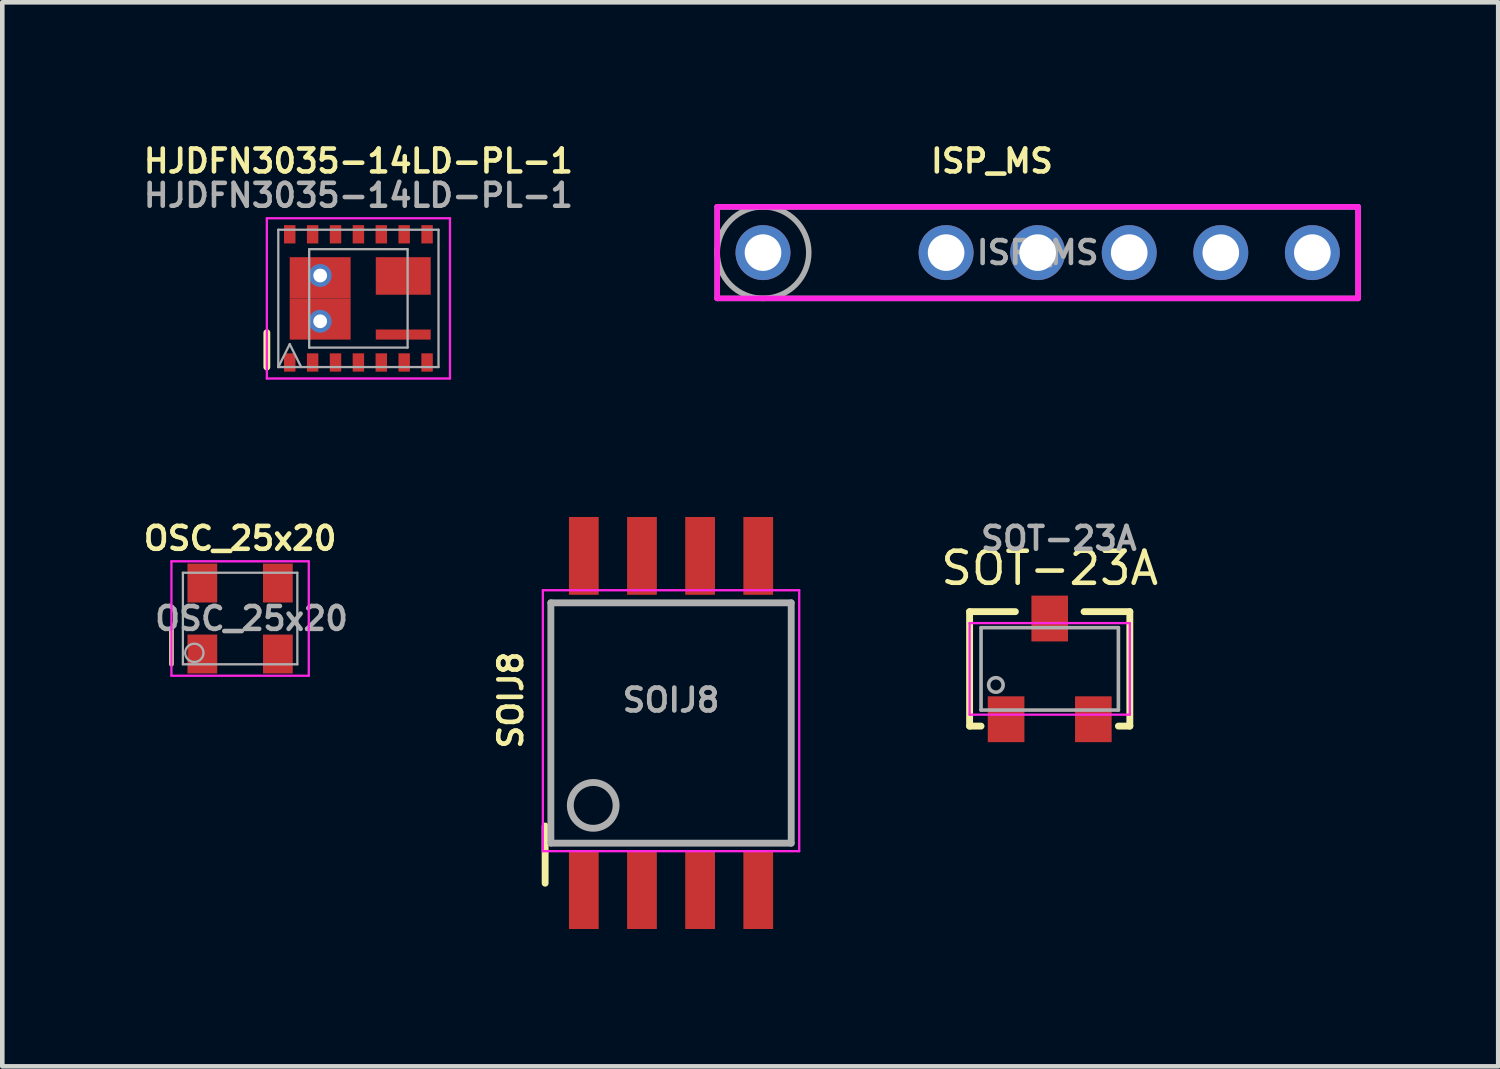
<source format=kicad_pcb>
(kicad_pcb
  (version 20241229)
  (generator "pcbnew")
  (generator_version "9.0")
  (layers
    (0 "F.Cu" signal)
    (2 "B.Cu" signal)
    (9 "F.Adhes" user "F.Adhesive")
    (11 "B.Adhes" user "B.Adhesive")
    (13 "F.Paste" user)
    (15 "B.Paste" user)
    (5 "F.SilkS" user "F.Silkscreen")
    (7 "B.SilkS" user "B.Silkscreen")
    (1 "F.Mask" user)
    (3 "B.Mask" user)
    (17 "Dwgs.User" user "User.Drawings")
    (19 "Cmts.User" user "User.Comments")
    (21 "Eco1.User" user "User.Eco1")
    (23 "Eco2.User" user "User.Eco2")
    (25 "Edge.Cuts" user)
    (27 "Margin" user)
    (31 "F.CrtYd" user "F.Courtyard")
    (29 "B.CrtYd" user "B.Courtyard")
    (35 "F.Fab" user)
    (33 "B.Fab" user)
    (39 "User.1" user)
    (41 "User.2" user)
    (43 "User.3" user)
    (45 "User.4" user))
  (footprint "HJDFN3035-14LD-PL-1"
    (layer "F.Cu")
    (at 4.779 3.468)
    (property "Reference" "HJDFN3035-14LD-PL-1" (at 0 -3 0) (layer "F.SilkS") (effects (font (size 0.5 0.5) (thickness 0.1))))
    (attr smd)
    (fp_line (start -2 1.5) (end -2 0.75) (stroke (width 0.15) (type solid)) (layer "F.SilkS"))
    (fp_line (start -2 -1.75) (end -2 1.75) (stroke (width 0.05) (type solid)) (layer "F.CrtYd"))
    (fp_line (start -2 -1.75) (end 2 -1.75) (stroke (width 0.05) (type solid)) (layer "F.CrtYd"))
    (fp_line (start -2 1.75) (end 2 1.75) (stroke (width 0.05) (type solid)) (layer "F.CrtYd"))
    (fp_line (start 2 -1.75) (end 2 1.75) (stroke (width 0.05) (type solid)) (layer "F.CrtYd"))
    (fp_line (start -1.75 -1.5) (end 1.75 -1.5) (stroke (width 0.05) (type solid)) (layer "F.Fab"))
    (fp_line (start -1.75 1.5) (end -1.75 -1.5) (stroke (width 0.05) (type solid)) (layer "F.Fab"))
    (fp_line (start -1.75 1.5) (end -1.5 1) (stroke (width 0.05) (type solid)) (layer "F.Fab"))
    (fp_line (start -1.5 1) (end -1.25 1.5) (stroke (width 0.05) (type solid)) (layer "F.Fab"))
    (fp_line (start -1.075 -1.075) (end 1.075 -1.075) (stroke (width 0.05) (type solid)) (layer "F.Fab"))
    (fp_line (start -1.075 1.075) (end -1.075 -1.075) (stroke (width 0.05) (type solid)) (layer "F.Fab"))
    (fp_line (start 1.075 -1.075) (end 1.075 1.075) (stroke (width 0.05) (type solid)) (layer "F.Fab"))
    (fp_line (start 1.075 1.075) (end -1.075 1.075) (stroke (width 0.05) (type solid)) (layer "F.Fab"))
    (fp_line (start 1.75 -1.5) (end 1.75 1.5) (stroke (width 0.05) (type solid)) (layer "F.Fab"))
    (fp_line (start 1.75 1.5) (end -1.75 1.5) (stroke (width 0.05) (type solid)) (layer "F.Fab"))
    (fp_text user "${REFERENCE}" (at 0 -2.25 0) (layer "F.Fab") (effects (font (size 0.5 0.5) (thickness 0.1))))
    (pad "1" smd rect (at -1.5 1.4) (size 0.25 0.4) (layers "F.Cu" "F.Mask" "F.Paste"))
    (pad "2" smd rect (at -1 1.4) (size 0.25 0.4) (layers "F.Cu" "F.Mask" "F.Paste"))
    (pad "3" smd rect (at -0.5 1.4) (size 0.25 0.4) (layers "F.Cu" "F.Mask" "F.Paste"))
    (pad "4" smd rect (at 0 1.4) (size 0.25 0.4) (layers "F.Cu" "F.Mask" "F.Paste"))
    (pad "5" smd rect (at 0.5 1.4) (size 0.25 0.4) (layers "F.Cu" "F.Mask" "F.Paste"))
    (pad "5" smd rect (at 0.98 0.79) (size 1.2 0.22) (layers "F.Cu" "F.Mask" "F.Paste"))
    (pad "5" smd rect (at 1 1.4) (size 0.25 0.4) (layers "F.Cu" "F.Mask" "F.Paste"))
    (pad "5" smd rect (at 1.5 1.4) (size 0.25 0.4) (layers "F.Cu" "F.Mask" "F.Paste"))
    (pad "8" smd rect (at 0.5 -1.4) (size 0.25 0.4) (layers "F.Cu" "F.Mask" "F.Paste"))
    (pad "8" smd rect (at 0.98 -0.49) (size 1.2 0.82) (layers "F.Cu" "F.Mask" "F.Paste"))
    (pad "8" smd rect (at 1 -1.4) (size 0.25 0.4) (layers "F.Cu" "F.Mask" "F.Paste"))
    (pad "8" smd rect (at 1.5 -1.4) (size 0.25 0.4) (layers "F.Cu" "F.Mask" "F.Paste"))
    (pad "11" smd rect (at 0 -1.4) (size 0.25 0.4) (layers "F.Cu" "F.Mask" "F.Paste"))
    (pad "12" smd rect (at -0.5 -1.4) (size 0.25 0.4) (layers "F.Cu" "F.Mask" "F.Paste"))
    (pad "13" smd rect (at -1 -1.4) (size 0.25 0.4) (layers "F.Cu" "F.Mask" "F.Paste"))
    (pad "14" smd rect (at -1.5 -1.4) (size 0.25 0.4) (layers "F.Cu" "F.Mask" "F.Paste"))
    (pad "15" thru_hole circle (at -0.835 -0.5) (size 0.5 0.5) (drill 0.3) (layers "*.Cu"))
    (pad "15" smd rect (at -0.835 -0.45) (size 1.33 0.9) (layers "F.Cu" "F.Mask" "F.Paste"))
    (pad "15" smd rect (at -0.835 0.45) (size 1.33 0.9) (layers "F.Cu" "F.Mask" "F.Paste"))
    (pad "15" thru_hole circle (at -0.835 0.5) (size 0.5 0.5) (drill 0.3) (layers "*.Cu")))
  (footprint "SOT-23A"
    (layer "F.Cu")
    (at 19.88 11.561)
    (property "Reference" "SOT-23A" (at 0 -2.2 0) (layer "F.SilkS") (effects (font (size 0.7 0.7) (thickness 0.1))))
    (attr smd)
    (fp_line (start -1.75 -1.25) (end -1.75 1.25) (stroke (width 0.15) (type solid)) (layer "F.SilkS"))
    (fp_line (start -1.75 1.25) (end -1.5 1.25) (stroke (width 0.15) (type solid)) (layer "F.SilkS"))
    (fp_line (start -0.75 -1.25) (end -1.75 -1.25) (stroke (width 0.15) (type solid)) (layer "F.SilkS"))
    (fp_line (start 0.75 -1.25) (end 1.75 -1.25) (stroke (width 0.15) (type solid)) (layer "F.SilkS"))
    (fp_line (start 1.75 -1.25) (end 1.75 1.25) (stroke (width 0.15) (type solid)) (layer "F.SilkS"))
    (fp_line (start 1.75 1.25) (end 1.5 1.25) (stroke (width 0.15) (type solid)) (layer "F.SilkS"))
    (fp_line (start -1.75 -1) (end 1.75 -1) (stroke (width 0.05) (type solid)) (layer "F.CrtYd"))
    (fp_line (start -1.75 1) (end -1.75 -1) (stroke (width 0.05) (type solid)) (layer "F.CrtYd"))
    (fp_line (start 1.75 -1) (end 1.75 1) (stroke (width 0.05) (type solid)) (layer "F.CrtYd"))
    (fp_line (start 1.75 1) (end -1.75 1) (stroke (width 0.05) (type solid)) (layer "F.CrtYd"))
    (fp_line (start -1.5 -0.9) (end -1.5 0.9) (stroke (width 0.079) (type solid)) (layer "F.Fab"))
    (fp_line (start -1.5 -0.9) (end 1.5 -0.9) (stroke (width 0.079) (type solid)) (layer "F.Fab"))
    (fp_line (start 1.5 -0.9) (end 1.5 0.9) (stroke (width 0.079) (type solid)) (layer "F.Fab"))
    (fp_line (start 1.5 0.9) (end -1.5 0.9) (stroke (width 0.079) (type solid)) (layer "F.Fab"))
    (fp_circle (center -1.176 0.351) (end -1.3 0.45) (stroke (width 0.079) (type solid)) (fill no) (layer "F.Fab"))
    (fp_text user "${REFERENCE}" (at 0.2 -2.85 0) (layer "F.Fab") (effects (font (size 0.5 0.5) (thickness 0.1))))
    (pad "1" smd rect (at -0.953 1.1) (size 0.8 1.001) (layers "F.Cu" "F.Mask" "F.Paste"))
    (pad "2" smd rect (at 0.953 1.1) (size 0.8 1.001) (layers "F.Cu" "F.Mask" "F.Paste"))
    (pad "3" smd rect (at 0 -1.1) (size 0.8 1.001) (layers "F.Cu" "F.Mask" "F.Paste")))
  (footprint "ISP_MS"
    (layer "F.Cu")
    (at 19.617 2.468)
    (property "Reference" "ISP_MS" (at -1 -2 0) (layer "F.SilkS") (effects (font (size 0.5 0.5) (thickness 0.1))))
    (attr through_hole)
    (fp_line (start -7 -1) (end 7 -1) (stroke (width 0.12) (type solid)) (layer "F.CrtYd"))
    (fp_line (start -7 1) (end -7 -1) (stroke (width 0.12) (type solid)) (layer "F.CrtYd"))
    (fp_line (start 7 -1) (end 7 1) (stroke (width 0.12) (type solid)) (layer "F.CrtYd"))
    (fp_line (start 7 1) (end -7 1) (stroke (width 0.12) (type solid)) (layer "F.CrtYd"))
    (fp_line (start -7 -1) (end 7 -1) (stroke (width 0.12) (type solid)) (layer "F.Fab"))
    (fp_line (start -7 1) (end -7 -1) (stroke (width 0.12) (type solid)) (layer "F.Fab"))
    (fp_line (start 7 -1) (end 7 1) (stroke (width 0.12) (type solid)) (layer "F.Fab"))
    (fp_line (start 7 1) (end -7 1) (stroke (width 0.12) (type solid)) (layer "F.Fab"))
    (fp_circle (center -6 0) (end -5 0) (stroke (width 0.12) (type solid)) (fill no) (layer "F.Fab"))
    (fp_text user "${REFERENCE}" (at 0 0 0) (layer "F.Fab") (effects (font (size 0.5 0.5) (thickness 0.1))))
    (pad "1" thru_hole circle (at -6 0) (size 1.2 1.2) (drill 0.8) (layers "*.Cu" "*.Mask"))
    (pad "3" thru_hole circle (at -2 0) (size 1.2 1.2) (drill 0.8) (layers "*.Cu" "*.Mask"))
    (pad "4" thru_hole circle (at 0 0) (size 1.2 1.2) (drill 0.8) (layers "*.Cu" "*.Mask"))
    (pad "5" thru_hole circle (at 2 0) (size 1.2 1.2) (drill 0.8) (layers "*.Cu" "*.Mask"))
    (pad "6" thru_hole circle (at 4 0) (size 1.2 1.2) (drill 0.8) (layers "*.Cu" "*.Mask"))
    (pad "7" thru_hole circle (at 6 0) (size 1.2 1.2) (drill 0.8) (layers "*.Cu" "*.Mask")))
  (footprint "OSC_25x20"
    (layer "F.Cu")
    (at 2.195 10.461)
    (property "Reference" "OSC_25x20" (at 0 -1.75 0) (layer "F.SilkS") (effects (font (size 0.5 0.5) (thickness 0.1))))
    (attr smd)
    (fp_line (start -1.5 1) (end -1.5 0.25) (stroke (width 0.1) (type solid)) (layer "F.SilkS"))
    (fp_line (start -1.5 -1.25) (end 1.5 -1.25) (stroke (width 0.05) (type solid)) (layer "F.CrtYd"))
    (fp_line (start -1.5 1.25) (end -1.5 -1.25) (stroke (width 0.05) (type solid)) (layer "F.CrtYd"))
    (fp_line (start 1.5 -1.25) (end 1.5 1.25) (stroke (width 0.05) (type solid)) (layer "F.CrtYd"))
    (fp_line (start 1.5 1.25) (end -1.5 1.25) (stroke (width 0.05) (type solid)) (layer "F.CrtYd"))
    (fp_line (start -1.25 -1) (end 1.25 -1) (stroke (width 0.05) (type solid)) (layer "F.Fab"))
    (fp_line (start -1.25 1) (end -1.25 -1) (stroke (width 0.05) (type solid)) (layer "F.Fab"))
    (fp_line (start 1.25 -1) (end 1.25 1) (stroke (width 0.05) (type solid)) (layer "F.Fab"))
    (fp_line (start 1.25 1) (end -1.25 1) (stroke (width 0.05) (type solid)) (layer "F.Fab"))
    (fp_circle (center -1 0.75) (end -0.8 0.75) (stroke (width 0.05) (type solid)) (fill no) (layer "F.Fab"))
    (fp_text user "${REFERENCE}" (at 0.25 0 0) (layer "F.Fab") (effects (font (size 0.5 0.5) (thickness 0.1))))
    (pad "1" smd rect (at -0.825 0.775 180) (size 0.65 0.85) (layers "F.Cu" "F.Mask" "F.Paste"))
    (pad "2" smd rect (at 0.825 0.775 180) (size 0.65 0.85) (layers "F.Cu" "F.Mask" "F.Paste"))
    (pad "3" smd rect (at 0.825 -0.775 180) (size 0.65 0.85) (layers "F.Cu" "F.Mask" "F.Paste"))
    (pad "4" smd rect (at -0.825 -0.775 180) (size 0.65 0.85) (layers "F.Cu" "F.Mask" "F.Paste")))
  (footprint "SOIJ8"
    (layer "F.Cu")
    (at 11.608 12.743)
    (property "Reference" "SOIJ8" (at -3.5 -0.5 90) (layer "F.SilkS") (effects (font (size 0.5 0.5) (thickness 0.1))))
    (attr smd)
    (fp_line (start -2.75 2.25) (end -2.75 3.5) (stroke (width 0.15) (type solid)) (layer "F.SilkS"))
    (fp_line (start -2.8 -2.9) (end 2.8 -2.9) (stroke (width 0.05) (type solid)) (layer "F.CrtYd"))
    (fp_line (start -2.8 2.8) (end -2.8 -2.9) (stroke (width 0.05) (type solid)) (layer "F.CrtYd"))
    (fp_line (start -2.8 2.8) (end 2.8 2.8) (stroke (width 0.05) (type solid)) (layer "F.CrtYd"))
    (fp_line (start 2.8 2.8) (end 2.8 -2.9) (stroke (width 0.05) (type solid)) (layer "F.CrtYd"))
    (fp_line (start -2.625 -2.625) (end -2.625 2.625) (stroke (width 0.15) (type solid)) (layer "F.Fab"))
    (fp_line (start -2.625 2.625) (end 2.625 2.625) (stroke (width 0.15) (type solid)) (layer "F.Fab"))
    (fp_line (start 2.625 -2.625) (end -2.625 -2.625) (stroke (width 0.15) (type solid)) (layer "F.Fab"))
    (fp_line (start 2.625 2.625) (end 2.625 -2.625) (stroke (width 0.15) (type solid)) (layer "F.Fab"))
    (fp_circle (center -1.7 1.8) (end -2.2 1.8) (stroke (width 0.15) (type solid)) (fill no) (layer "F.Fab"))
    (fp_text user "${REFERENCE}" (at 0 -0.5 0) (layer "F.Fab") (effects (font (size 0.5 0.5) (thickness 0.1))))
    (pad "1" smd rect (at -1.905 3.65) (size 0.65 1.7) (layers "F.Cu" "F.Mask" "F.Paste"))
    (pad "2" smd rect (at -0.635 3.65) (size 0.65 1.7) (layers "F.Cu" "F.Mask" "F.Paste"))
    (pad "3" smd rect (at 0.635 3.65) (size 0.65 1.7) (layers "F.Cu" "F.Mask" "F.Paste"))
    (pad "4" smd rect (at 1.905 3.65) (size 0.65 1.7) (layers "F.Cu" "F.Mask" "F.Paste"))
    (pad "5" smd rect (at 1.905 -3.65) (size 0.65 1.7) (layers "F.Cu" "F.Mask" "F.Paste"))
    (pad "6" smd rect (at 0.635 -3.65) (size 0.65 1.7) (layers "F.Cu" "F.Mask" "F.Paste"))
    (pad "7" smd rect (at -0.635 -3.65) (size 0.65 1.7) (layers "F.Cu" "F.Mask" "F.Paste"))
    (pad "8" smd rect (at -1.905 -3.65) (size 0.65 1.7) (layers "F.Cu" "F.Mask" "F.Paste")))
  (gr_rect
    (start -3 -3)
    (end 29.677 20.243)
    (stroke (width 0.1) (type default))
    (fill no)
    (layer "Edge.Cuts")))
</source>
